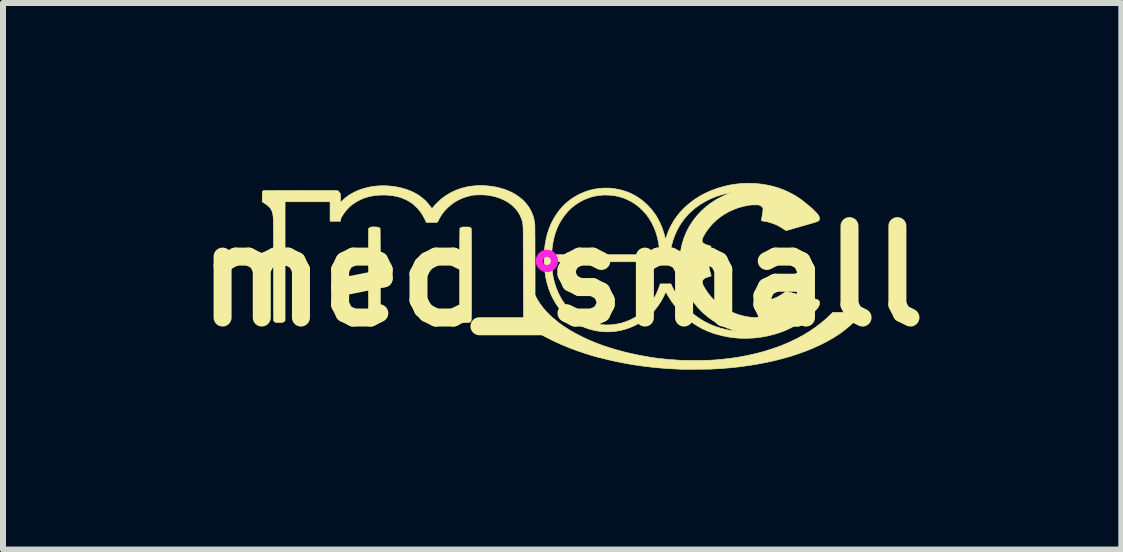
<source format=kicad_pcb>
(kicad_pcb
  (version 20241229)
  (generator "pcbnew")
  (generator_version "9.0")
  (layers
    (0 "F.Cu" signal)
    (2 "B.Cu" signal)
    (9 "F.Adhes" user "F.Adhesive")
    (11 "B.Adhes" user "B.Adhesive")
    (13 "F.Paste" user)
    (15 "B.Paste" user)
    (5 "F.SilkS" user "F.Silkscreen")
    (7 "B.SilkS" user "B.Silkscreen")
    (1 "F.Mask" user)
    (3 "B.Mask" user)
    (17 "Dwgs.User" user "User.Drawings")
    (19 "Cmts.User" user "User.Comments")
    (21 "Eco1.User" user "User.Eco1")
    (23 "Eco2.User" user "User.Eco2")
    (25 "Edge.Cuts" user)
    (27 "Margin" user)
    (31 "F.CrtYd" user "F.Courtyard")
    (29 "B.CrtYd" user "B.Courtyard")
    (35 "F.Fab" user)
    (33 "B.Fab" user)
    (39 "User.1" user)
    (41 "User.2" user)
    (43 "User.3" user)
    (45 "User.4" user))
  (footprint "mec_small"
    (layer "F.Cu")
    (at 6.321 1.554)
    (property "Reference" "mec_small" (at 0 0 0) (layer "F.SilkS") (effects (font (size 1.524 1.524) (thickness 0.3))))
    (attr through_hole)
    (fp_poly (pts (xy -3.117 -0.821) (xy -3.087 -0.819) (xy -3.065 -0.815) (xy -3.049 -0.809) (xy -3.039 -0.8) (xy -3.036 -0.796) (xy -3.035 -0.791) (xy -3.035 -0.78) (xy -3.034 -0.762) (xy -3.034 -0.737) (xy -3.033 -0.705) (xy -3.033 -0.666) (xy -3.033 -0.62) (xy -3.033 -0.567) (xy -3.032 -0.507) (xy -3.032 -0.439) (xy -3.032 -0.364) (xy -3.032 -0.282) (xy -3.032 -0.192) (xy -3.032 -0.095) (xy -3.032 -0.024) (xy -3.032 0.067) (xy -3.032 0.15) (xy -3.032 0.226) (xy -3.032 0.296) (xy -3.032 0.359) (xy -3.032 0.416) (xy -3.032 0.468) (xy -3.032 0.514) (xy -3.032 0.555) (xy -3.032 0.591) (xy -3.033 0.622) (xy -3.033 0.65) (xy -3.034 0.674) (xy -3.034 0.694) (xy -3.035 0.71) (xy -3.036 0.724) (xy -3.037 0.735) (xy -3.038 0.744) (xy -3.04 0.75) (xy -3.041 0.755) (xy -3.043 0.759) (xy -3.045 0.761) (xy -3.047 0.762) (xy -3.05 0.763) (xy -3.052 0.764) (xy -3.055 0.764) (xy -3.059 0.765) (xy -3.06 0.766) (xy -3.067 0.769) (xy -3.076 0.771) (xy -3.087 0.772) (xy -3.103 0.773) (xy -3.124 0.773) (xy -3.13 0.773) (xy -3.153 0.772) (xy -3.173 0.771) (xy -3.189 0.77) (xy -3.197 0.768) (xy -3.209 0.762) (xy -3.219 0.755) (xy -3.228 0.746) (xy -3.228 -0.792) (xy -3.217 -0.803) (xy -3.205 -0.811) (xy -3.189 -0.817) (xy -3.167 -0.821) (xy -3.14 -0.822) (xy -3.117 -0.821)) (stroke (width 0.01) (type solid)) (fill yes) (layer "F.SilkS"))
    (fp_poly (pts (xy -1.587 -0.82) (xy -1.571 -0.82) (xy -1.559 -0.819) (xy -1.55 -0.817) (xy -1.543 -0.815) (xy -1.537 -0.812) (xy -1.536 -0.812) (xy -1.525 -0.805) (xy -1.518 -0.798) (xy -1.516 -0.796) (xy -1.515 -0.791) (xy -1.515 -0.78) (xy -1.515 -0.762) (xy -1.514 -0.737) (xy -1.514 -0.705) (xy -1.513 -0.666) (xy -1.513 -0.62) (xy -1.513 -0.567) (xy -1.513 -0.507) (xy -1.512 -0.439) (xy -1.512 -0.364) (xy -1.512 -0.282) (xy -1.512 -0.192) (xy -1.512 -0.095) (xy -1.512 -0.024) (xy -1.512 0.067) (xy -1.512 0.15) (xy -1.512 0.226) (xy -1.512 0.296) (xy -1.512 0.359) (xy -1.512 0.416) (xy -1.512 0.468) (xy -1.512 0.514) (xy -1.512 0.555) (xy -1.513 0.591) (xy -1.513 0.622) (xy -1.514 0.65) (xy -1.514 0.674) (xy -1.515 0.694) (xy -1.516 0.71) (xy -1.516 0.724) (xy -1.518 0.735) (xy -1.519 0.744) (xy -1.52 0.75) (xy -1.522 0.755) (xy -1.524 0.759) (xy -1.526 0.761) (xy -1.528 0.762) (xy -1.53 0.763) (xy -1.533 0.764) (xy -1.536 0.764) (xy -1.539 0.765) (xy -1.54 0.766) (xy -1.551 0.769) (xy -1.568 0.771) (xy -1.589 0.773) (xy -1.611 0.773) (xy -1.633 0.773) (xy -1.653 0.772) (xy -1.669 0.769) (xy -1.678 0.767) (xy -1.689 0.761) (xy -1.699 0.754) (xy -1.7 0.753) (xy -1.708 0.745) (xy -1.708 -0.022) (xy -1.708 -0.124) (xy -1.708 -0.219) (xy -1.708 -0.306) (xy -1.708 -0.387) (xy -1.708 -0.459) (xy -1.708 -0.525) (xy -1.707 -0.583) (xy -1.707 -0.634) (xy -1.707 -0.678) (xy -1.706 -0.715) (xy -1.706 -0.745) (xy -1.706 -0.768) (xy -1.705 -0.784) (xy -1.705 -0.793) (xy -1.704 -0.796) (xy -1.699 -0.802) (xy -1.689 -0.809) (xy -1.684 -0.812) (xy -1.678 -0.815) (xy -1.671 -0.817) (xy -1.662 -0.819) (xy -1.651 -0.82) (xy -1.635 -0.82) (xy -1.613 -0.82) (xy -1.61 -0.82) (xy -1.587 -0.82)) (stroke (width 0.01) (type solid)) (fill yes) (layer "F.SilkS"))
    (fp_poly (pts (xy -1.275 -1.508) (xy -1.19 -1.5) (xy -1.108 -1.487) (xy -1.029 -1.468) (xy -0.955 -1.445) (xy -0.884 -1.417) (xy -0.818 -1.385) (xy -0.757 -1.348) (xy -0.7 -1.307) (xy -0.648 -1.262) (xy -0.602 -1.213) (xy -0.562 -1.161) (xy -0.528 -1.105) (xy -0.5 -1.046) (xy -0.478 -0.983) (xy -0.47 -0.95) (xy -0.466 -0.928) (xy -0.461 -0.904) (xy -0.458 -0.881) (xy -0.456 -0.87) (xy -0.456 -0.861) (xy -0.455 -0.843) (xy -0.455 -0.819) (xy -0.454 -0.787) (xy -0.454 -0.748) (xy -0.454 -0.701) (xy -0.453 -0.647) (xy -0.453 -0.586) (xy -0.453 -0.519) (xy -0.453 -0.444) (xy -0.453 -0.362) (xy -0.452 -0.273) (xy -0.452 -0.261) (xy -0.452 0.312) (xy -0.444 0.33) (xy -0.439 0.34) (xy -0.432 0.355) (xy -0.422 0.373) (xy -0.412 0.391) (xy -0.411 0.393) (xy -0.367 0.462) (xy -0.316 0.53) (xy -0.258 0.596) (xy -0.194 0.661) (xy -0.122 0.724) (xy -0.045 0.785) (xy 0.039 0.844) (xy 0.129 0.901) (xy 0.224 0.955) (xy 0.325 1.007) (xy 0.431 1.057) (xy 0.542 1.104) (xy 0.658 1.148) (xy 0.779 1.189) (xy 0.904 1.227) (xy 1.033 1.262) (xy 1.061 1.269) (xy 1.132 1.285) (xy 1.205 1.301) (xy 1.28 1.317) (xy 1.356 1.331) (xy 1.43 1.344) (xy 1.503 1.356) (xy 1.572 1.366) (xy 1.637 1.374) (xy 1.682 1.378) (xy 1.696 1.38) (xy 1.709 1.381) (xy 1.716 1.382) (xy 1.724 1.383) (xy 1.737 1.384) (xy 1.753 1.386) (xy 1.759 1.386) (xy 1.774 1.387) (xy 1.786 1.388) (xy 1.794 1.389) (xy 1.795 1.39) (xy 1.799 1.39) (xy 1.809 1.391) (xy 1.824 1.392) (xy 1.842 1.393) (xy 1.846 1.393) (xy 1.864 1.394) (xy 1.88 1.395) (xy 1.891 1.396) (xy 1.896 1.397) (xy 1.897 1.397) (xy 1.902 1.398) (xy 1.914 1.399) (xy 1.933 1.4) (xy 1.956 1.401) (xy 1.985 1.402) (xy 2.017 1.402) (xy 2.053 1.403) (xy 2.091 1.404) (xy 2.131 1.404) (xy 2.173 1.404) (xy 2.215 1.404) (xy 2.23 1.404) (xy 2.299 1.404) (xy 2.363 1.403) (xy 2.421 1.402) (xy 2.473 1.4) (xy 2.518 1.398) (xy 2.556 1.395) (xy 2.577 1.393) (xy 2.587 1.392) (xy 2.602 1.391) (xy 2.621 1.389) (xy 2.638 1.388) (xy 2.787 1.372) (xy 2.937 1.35) (xy 3.086 1.322) (xy 3.232 1.289) (xy 3.373 1.252) (xy 3.379 1.25) (xy 3.517 1.206) (xy 3.651 1.158) (xy 3.779 1.104) (xy 3.902 1.046) (xy 4.019 0.983) (xy 4.13 0.915) (xy 4.235 0.842) (xy 4.335 0.765) (xy 4.344 0.757) (xy 4.361 0.743) (xy 4.381 0.726) (xy 4.403 0.707) (xy 4.425 0.687) (xy 4.446 0.667) (xy 4.466 0.648) (xy 4.483 0.632) (xy 4.496 0.619) (xy 4.5 0.615) (xy 4.511 0.603) (xy 5.001 0.603) (xy 4.99 0.617) (xy 4.953 0.665) (xy 4.909 0.714) (xy 4.861 0.764) (xy 4.809 0.813) (xy 4.755 0.86) (xy 4.7 0.904) (xy 4.695 0.908) (xy 4.607 0.972) (xy 4.512 1.032) (xy 4.41 1.09) (xy 4.302 1.144) (xy 4.189 1.196) (xy 4.07 1.245) (xy 3.945 1.29) (xy 3.816 1.333) (xy 3.682 1.371) (xy 3.543 1.407) (xy 3.4 1.438) (xy 3.254 1.466) (xy 3.104 1.49) (xy 2.95 1.511) (xy 2.905 1.516) (xy 2.888 1.518) (xy 2.871 1.52) (xy 2.859 1.521) (xy 2.854 1.521) (xy 2.844 1.523) (xy 2.829 1.524) (xy 2.815 1.525) (xy 2.799 1.527) (xy 2.785 1.528) (xy 2.775 1.529) (xy 2.767 1.53) (xy 2.753 1.531) (xy 2.734 1.532) (xy 2.714 1.534) (xy 2.706 1.535) (xy 2.684 1.536) (xy 2.665 1.538) (xy 2.648 1.539) (xy 2.636 1.54) (xy 2.634 1.54) (xy 2.625 1.541) (xy 2.61 1.542) (xy 2.591 1.543) (xy 2.57 1.544) (xy 2.562 1.544) (xy 2.541 1.545) (xy 2.522 1.546) (xy 2.507 1.547) (xy 2.497 1.548) (xy 2.494 1.548) (xy 2.488 1.549) (xy 2.476 1.549) (xy 2.457 1.549) (xy 2.433 1.55) (xy 2.405 1.55) (xy 2.373 1.55) (xy 2.338 1.551) (xy 2.302 1.551) (xy 2.263 1.551) (xy 2.225 1.551) (xy 2.187 1.552) (xy 2.149 1.552) (xy 2.114 1.552) (xy 2.081 1.552) (xy 2.052 1.552) (xy 2.027 1.552) (xy 2.007 1.552) (xy 1.992 1.552) (xy 1.985 1.551) (xy 1.974 1.551) (xy 1.956 1.55) (xy 1.934 1.549) (xy 1.909 1.548) (xy 1.882 1.546) (xy 1.872 1.546) (xy 1.702 1.536) (xy 1.532 1.521) (xy 1.362 1.501) (xy 1.194 1.477) (xy 1.028 1.448) (xy 0.865 1.415) (xy 0.706 1.378) (xy 0.55 1.338) (xy 0.399 1.293) (xy 0.254 1.244) (xy 0.114 1.192) (xy 0.102 1.187) (xy 0.036 1.16) (xy -0.032 1.131) (xy -0.1 1.1) (xy -0.167 1.068) (xy -0.231 1.036) (xy -0.291 1.005) (xy -0.345 0.975) (xy -0.349 0.973) (xy -0.381 0.954) (xy -0.416 0.933) (xy -0.452 0.91) (xy -0.488 0.888) (xy -0.523 0.865) (xy -0.556 0.843) (xy -0.585 0.823) (xy -0.611 0.805) (xy -0.631 0.789) (xy -0.636 0.785) (xy -0.644 0.779) (xy -0.646 0.249) (xy -0.647 0.18) (xy -0.647 0.11) (xy -0.647 0.039) (xy -0.647 -0.032) (xy -0.648 -0.103) (xy -0.648 -0.172) (xy -0.648 -0.239) (xy -0.648 -0.304) (xy -0.648 -0.364) (xy -0.649 -0.42) (xy -0.649 -0.471) (xy -0.649 -0.516) (xy -0.649 -0.552) (xy -0.649 -0.609) (xy -0.649 -0.66) (xy -0.649 -0.703) (xy -0.65 -0.741) (xy -0.65 -0.774) (xy -0.651 -0.803) (xy -0.652 -0.827) (xy -0.654 -0.848) (xy -0.655 -0.866) (xy -0.658 -0.882) (xy -0.66 -0.897) (xy -0.663 -0.911) (xy -0.667 -0.924) (xy -0.671 -0.938) (xy -0.676 -0.952) (xy -0.679 -0.96) (xy -0.701 -1.013) (xy -0.729 -1.062) (xy -0.762 -1.108) (xy -0.79 -1.138) (xy -0.824 -1.172) (xy -0.857 -1.2) (xy -0.892 -1.225) (xy -0.931 -1.249) (xy -0.967 -1.268) (xy -1.022 -1.293) (xy -1.079 -1.314) (xy -1.14 -1.331) (xy -1.206 -1.345) (xy -1.218 -1.347) (xy -1.242 -1.35) (xy -1.272 -1.353) (xy -1.305 -1.355) (xy -1.341 -1.356) (xy -1.377 -1.356) (xy -1.412 -1.355) (xy -1.445 -1.354) (xy -1.473 -1.352) (xy -1.496 -1.349) (xy -1.497 -1.349) (xy -1.575 -1.331) (xy -1.648 -1.307) (xy -1.716 -1.278) (xy -1.781 -1.242) (xy -1.842 -1.2) (xy -1.899 -1.151) (xy -1.917 -1.134) (xy -1.957 -1.092) (xy -1.992 -1.049) (xy -2.023 -1.003) (xy -2.051 -0.953) (xy -2.056 -0.945) (xy -2.067 -0.923) (xy -2.076 -0.908) (xy -2.082 -0.899) (xy -2.087 -0.896) (xy -2.087 -0.896) (xy -2.092 -0.896) (xy -2.104 -0.896) (xy -2.121 -0.897) (xy -2.142 -0.897) (xy -2.166 -0.897) (xy -2.179 -0.897) (xy -2.264 -0.897) (xy -2.289 -0.949) (xy -2.323 -1.014) (xy -2.363 -1.074) (xy -2.407 -1.128) (xy -2.455 -1.176) (xy -2.508 -1.219) (xy -2.565 -1.255) (xy -2.571 -1.258) (xy -2.628 -1.286) (xy -2.686 -1.309) (xy -2.747 -1.327) (xy -2.812 -1.34) (xy -2.881 -1.349) (xy -2.955 -1.353) (xy -2.979 -1.353) (xy -3.063 -1.351) (xy -3.143 -1.342) (xy -3.22 -1.327) (xy -3.294 -1.305) (xy -3.363 -1.276) (xy -3.429 -1.241) (xy -3.491 -1.2) (xy -3.505 -1.19) (xy -3.531 -1.168) (xy -3.557 -1.143) (xy -3.582 -1.117) (xy -3.606 -1.089) (xy -3.629 -1.06) (xy -3.649 -1.032) (xy -3.667 -1.004) (xy -3.681 -0.979) (xy -3.69 -0.957) (xy -3.695 -0.939) (xy -3.695 -0.933) (xy -3.695 -0.916) (xy -3.869 -0.916) (xy -3.869 -1.241) (xy -4.619 -1.241) (xy -4.619 0.738) (xy -4.627 0.748) (xy -4.636 0.758) (xy -4.647 0.764) (xy -4.661 0.769) (xy -4.679 0.772) (xy -4.703 0.773) (xy -4.716 0.773) (xy -4.742 0.772) (xy -4.763 0.771) (xy -4.778 0.767) (xy -4.79 0.762) (xy -4.8 0.754) (xy -4.807 0.746) (xy -4.807 0.744) (xy -4.808 0.739) (xy -4.808 0.732) (xy -4.809 0.721) (xy -4.809 0.706) (xy -4.81 0.688) (xy -4.81 0.666) (xy -4.81 0.64) (xy -4.81 0.609) (xy -4.811 0.573) (xy -4.811 0.532) (xy -4.811 0.486) (xy -4.811 0.435) (xy -4.811 0.378) (xy -4.811 0.314) (xy -4.811 0.245) (xy -4.812 0.168) (xy -4.812 0.085) (xy -4.812 -0.005) (xy -4.812 -0.082) (xy -4.812 -0.177) (xy -4.812 -0.269) (xy -4.812 -0.355) (xy -4.812 -0.437) (xy -4.812 -0.514) (xy -4.812 -0.586) (xy -4.812 -0.652) (xy -4.813 -0.712) (xy -4.813 -0.767) (xy -4.813 -0.815) (xy -4.814 -0.857) (xy -4.814 -0.893) (xy -4.814 -0.921) (xy -4.815 -0.943) (xy -4.815 -0.957) (xy -4.815 -0.962) (xy -4.819 -1.003) (xy -4.825 -1.039) (xy -4.832 -1.069) (xy -4.843 -1.096) (xy -4.856 -1.12) (xy -4.873 -1.143) (xy -4.888 -1.159) (xy -4.908 -1.176) (xy -4.93 -1.194) (xy -4.955 -1.211) (xy -4.976 -1.225) (xy -5 -1.239) (xy -4.999 -1.325) (xy -4.998 -1.411) (xy -4.988 -1.419) (xy -4.977 -1.427) (xy -4.365 -1.428) (xy -4.279 -1.428) (xy -4.201 -1.428) (xy -4.129 -1.428) (xy -4.064 -1.428) (xy -4.006 -1.428) (xy -3.955 -1.428) (xy -3.909 -1.428) (xy -3.87 -1.428) (xy -3.836 -1.428) (xy -3.808 -1.427) (xy -3.785 -1.427) (xy -3.768 -1.427) (xy -3.755 -1.426) (xy -3.747 -1.426) (xy -3.743 -1.425) (xy -3.733 -1.418) (xy -3.721 -1.407) (xy -3.71 -1.393) (xy -3.702 -1.38) (xy -3.701 -1.378) (xy -3.698 -1.37) (xy -3.697 -1.358) (xy -3.696 -1.341) (xy -3.695 -1.317) (xy -3.695 -1.299) (xy -3.695 -1.278) (xy -3.695 -1.259) (xy -3.695 -1.245) (xy -3.694 -1.236) (xy -3.694 -1.233) (xy -3.691 -1.236) (xy -3.684 -1.242) (xy -3.673 -1.252) (xy -3.664 -1.261) (xy -3.608 -1.311) (xy -3.548 -1.354) (xy -3.483 -1.392) (xy -3.413 -1.425) (xy -3.338 -1.453) (xy -3.257 -1.476) (xy -3.243 -1.48) (xy -3.163 -1.495) (xy -3.082 -1.504) (xy -2.998 -1.508) (xy -2.915 -1.506) (xy -2.831 -1.499) (xy -2.749 -1.486) (xy -2.669 -1.468) (xy -2.592 -1.445) (xy -2.52 -1.417) (xy -2.451 -1.384) (xy -2.447 -1.382) (xy -2.385 -1.344) (xy -2.328 -1.302) (xy -2.277 -1.256) (xy -2.23 -1.204) (xy -2.186 -1.147) (xy -2.176 -1.132) (xy -2.173 -1.128) (xy -2.17 -1.127) (xy -2.166 -1.13) (xy -2.161 -1.136) (xy -2.151 -1.148) (xy -2.149 -1.151) (xy -2.133 -1.171) (xy -2.112 -1.195) (xy -2.087 -1.22) (xy -2.061 -1.245) (xy -2.034 -1.27) (xy -2.009 -1.292) (xy -1.986 -1.31) (xy -1.985 -1.311) (xy -1.913 -1.36) (xy -1.838 -1.402) (xy -1.76 -1.437) (xy -1.679 -1.466) (xy -1.595 -1.487) (xy -1.508 -1.502) (xy -1.418 -1.51) (xy -1.363 -1.511) (xy -1.275 -1.508)) (stroke (width 0.01) (type solid)) (fill yes) (layer "F.SilkS"))
    (fp_poly (pts (xy 3.211 -1.546) (xy 3.314 -1.536) (xy 3.415 -1.52) (xy 3.513 -1.498) (xy 3.61 -1.469) (xy 3.703 -1.434) (xy 3.792 -1.393) (xy 3.878 -1.347) (xy 3.959 -1.295) (xy 3.999 -1.266) (xy 4.013 -1.254) (xy 4.033 -1.239) (xy 4.056 -1.22) (xy 4.082 -1.198) (xy 4.111 -1.175) (xy 4.141 -1.15) (xy 4.152 -1.141) (xy 4.165 -1.129) (xy 4.181 -1.114) (xy 4.198 -1.096) (xy 4.216 -1.078) (xy 4.234 -1.059) (xy 4.25 -1.042) (xy 4.263 -1.027) (xy 4.272 -1.015) (xy 4.275 -1.01) (xy 4.286 -0.987) (xy 4.29 -0.966) (xy 4.289 -0.947) (xy 4.283 -0.935) (xy 4.274 -0.925) (xy 4.262 -0.916) (xy 4.257 -0.914) (xy 4.25 -0.911) (xy 4.236 -0.906) (xy 4.217 -0.9) (xy 4.193 -0.893) (xy 4.166 -0.884) (xy 4.135 -0.875) (xy 4.103 -0.866) (xy 4.089 -0.862) (xy 4.052 -0.851) (xy 4.012 -0.84) (xy 3.971 -0.828) (xy 3.931 -0.816) (xy 3.894 -0.806) (xy 3.861 -0.796) (xy 3.836 -0.789) (xy 3.805 -0.78) (xy 3.78 -0.773) (xy 3.761 -0.768) (xy 3.747 -0.764) (xy 3.737 -0.763) (xy 3.73 -0.762) (xy 3.726 -0.763) (xy 3.726 -0.763) (xy 3.72 -0.767) (xy 3.71 -0.774) (xy 3.696 -0.783) (xy 3.68 -0.794) (xy 3.676 -0.796) (xy 3.655 -0.81) (xy 3.631 -0.824) (xy 3.608 -0.838) (xy 3.59 -0.847) (xy 3.552 -0.864) (xy 3.51 -0.88) (xy 3.466 -0.894) (xy 3.423 -0.906) (xy 3.381 -0.914) (xy 3.354 -0.918) (xy 3.341 -0.92) (xy 3.33 -0.922) (xy 3.326 -0.924) (xy 3.324 -0.926) (xy 3.324 -0.932) (xy 3.324 -0.941) (xy 3.326 -0.955) (xy 3.329 -0.974) (xy 3.333 -1) (xy 3.336 -1.022) (xy 3.341 -1.053) (xy 3.345 -1.079) (xy 3.347 -1.098) (xy 3.348 -1.114) (xy 3.348 -1.125) (xy 3.346 -1.135) (xy 3.343 -1.142) (xy 3.339 -1.149) (xy 3.333 -1.155) (xy 3.324 -1.164) (xy 3.311 -1.172) (xy 3.299 -1.179) (xy 3.289 -1.183) (xy 3.282 -1.186) (xy 3.273 -1.188) (xy 3.263 -1.189) (xy 3.25 -1.189) (xy 3.232 -1.189) (xy 3.215 -1.189) (xy 3.181 -1.189) (xy 3.148 -1.187) (xy 3.12 -1.184) (xy 3.113 -1.183) (xy 3.024 -1.165) (xy 2.939 -1.142) (xy 2.857 -1.111) (xy 2.778 -1.075) (xy 2.704 -1.033) (xy 2.633 -0.985) (xy 2.568 -0.932) (xy 2.507 -0.874) (xy 2.452 -0.81) (xy 2.402 -0.742) (xy 2.376 -0.701) (xy 2.36 -0.672) (xy 2.347 -0.648) (xy 2.339 -0.628) (xy 2.334 -0.612) (xy 2.333 -0.598) (xy 2.334 -0.581) (xy 2.338 -0.567) (xy 2.346 -0.556) (xy 2.359 -0.545) (xy 2.377 -0.536) (xy 2.4 -0.526) (xy 2.425 -0.518) (xy 2.444 -0.512) (xy 2.46 -0.507) (xy 2.472 -0.502) (xy 2.48 -0.5) (xy 2.481 -0.499) (xy 2.48 -0.495) (xy 2.478 -0.486) (xy 2.474 -0.471) (xy 2.47 -0.454) (xy 2.469 -0.45) (xy 2.458 -0.41) (xy 2.45 -0.374) (xy 2.445 -0.339) (xy 2.442 -0.302) (xy 2.441 -0.281) (xy 2.442 -0.21) (xy 2.45 -0.14) (xy 2.465 -0.072) (xy 2.474 -0.042) (xy 2.479 -0.027) (xy 2.482 -0.014) (xy 2.483 -0.006) (xy 2.482 -0.004) (xy 2.478 -0.002) (xy 2.467 0.002) (xy 2.453 0.007) (xy 2.438 0.011) (xy 2.413 0.019) (xy 2.394 0.026) (xy 2.38 0.033) (xy 2.369 0.04) (xy 2.36 0.047) (xy 2.346 0.063) (xy 2.338 0.08) (xy 2.336 0.099) (xy 2.339 0.12) (xy 2.348 0.146) (xy 2.363 0.175) (xy 2.365 0.179) (xy 2.41 0.252) (xy 2.461 0.32) (xy 2.518 0.384) (xy 2.579 0.442) (xy 2.647 0.494) (xy 2.719 0.542) (xy 2.785 0.578) (xy 2.863 0.613) (xy 2.942 0.642) (xy 3.023 0.664) (xy 3.108 0.68) (xy 3.161 0.686) (xy 3.198 0.689) (xy 3.228 0.689) (xy 3.253 0.686) (xy 3.273 0.68) (xy 3.29 0.671) (xy 3.303 0.658) (xy 3.312 0.643) (xy 3.314 0.638) (xy 3.316 0.633) (xy 3.318 0.626) (xy 3.319 0.617) (xy 3.32 0.605) (xy 3.321 0.588) (xy 3.321 0.566) (xy 3.322 0.538) (xy 3.322 0.524) (xy 3.324 0.421) (xy 3.372 0.412) (xy 3.429 0.401) (xy 3.482 0.388) (xy 3.531 0.371) (xy 3.578 0.351) (xy 3.624 0.327) (xy 3.671 0.297) (xy 3.721 0.262) (xy 3.731 0.255) (xy 3.735 0.255) (xy 3.747 0.258) (xy 3.764 0.261) (xy 3.788 0.267) (xy 3.816 0.274) (xy 3.85 0.283) (xy 3.888 0.292) (xy 3.931 0.303) (xy 3.946 0.307) (xy 4 0.321) (xy 4.048 0.334) (xy 4.089 0.345) (xy 4.124 0.354) (xy 4.154 0.362) (xy 4.178 0.369) (xy 4.199 0.374) (xy 4.216 0.379) (xy 4.229 0.383) (xy 4.239 0.386) (xy 4.247 0.388) (xy 4.253 0.391) (xy 4.257 0.392) (xy 4.261 0.394) (xy 4.262 0.395) (xy 4.278 0.408) (xy 4.288 0.425) (xy 4.291 0.445) (xy 4.289 0.468) (xy 4.28 0.492) (xy 4.266 0.519) (xy 4.253 0.535) (xy 4.236 0.556) (xy 4.213 0.58) (xy 4.187 0.605) (xy 4.158 0.632) (xy 4.128 0.658) (xy 4.098 0.682) (xy 4.096 0.684) (xy 4.081 0.695) (xy 4.061 0.709) (xy 4.037 0.726) (xy 4.01 0.743) (xy 3.983 0.762) (xy 3.956 0.779) (xy 3.93 0.795) (xy 3.908 0.809) (xy 3.903 0.812) (xy 3.813 0.861) (xy 3.719 0.905) (xy 3.622 0.942) (xy 3.52 0.973) (xy 3.416 0.998) (xy 3.31 1.017) (xy 3.202 1.03) (xy 3.093 1.035) (xy 2.983 1.035) (xy 2.943 1.033) (xy 2.845 1.024) (xy 2.745 1.009) (xy 2.646 0.987) (xy 2.55 0.961) (xy 2.515 0.95) (xy 2.422 0.915) (xy 2.333 0.874) (xy 2.248 0.826) (xy 2.166 0.772) (xy 2.087 0.71) (xy 2.013 0.643) (xy 1.942 0.568) (xy 1.875 0.488) (xy 1.852 0.458) (xy 1.828 0.425) (xy 1.804 0.389) (xy 1.78 0.352) (xy 1.759 0.317) (xy 1.742 0.288) (xy 1.735 0.276) (xy 1.73 0.268) (xy 1.727 0.264) (xy 1.727 0.264) (xy 1.724 0.267) (xy 1.72 0.276) (xy 1.716 0.286) (xy 1.711 0.297) (xy 1.703 0.313) (xy 1.694 0.332) (xy 1.684 0.352) (xy 1.681 0.359) (xy 1.638 0.436) (xy 1.589 0.507) (xy 1.535 0.574) (xy 1.477 0.636) (xy 1.413 0.692) (xy 1.346 0.743) (xy 1.275 0.788) (xy 1.2 0.827) (xy 1.123 0.86) (xy 1.043 0.887) (xy 0.96 0.907) (xy 0.876 0.921) (xy 0.791 0.927) (xy 0.704 0.926) (xy 0.649 0.922) (xy 0.561 0.909) (xy 0.475 0.889) (xy 0.392 0.862) (xy 0.313 0.829) (xy 0.236 0.788) (xy 0.185 0.756) (xy 0.116 0.706) (xy 0.052 0.65) (xy -0.007 0.589) (xy -0.06 0.522) (xy -0.109 0.451) (xy -0.152 0.375) (xy -0.191 0.295) (xy -0.223 0.21) (xy -0.25 0.122) (xy -0.272 0.03) (xy -0.287 -0.066) (xy -0.297 -0.164) (xy -0.3 -0.241) (xy -0.177 -0.241) (xy -0.177 -0.227) (xy -0.177 -0.211) (xy -0.175 -0.188) (xy -0.173 -0.162) (xy -0.171 -0.134) (xy -0.168 -0.105) (xy -0.165 -0.078) (xy -0.162 -0.055) (xy -0.146 0.034) (xy -0.124 0.121) (xy -0.096 0.204) (xy -0.062 0.284) (xy -0.024 0.359) (xy 0.02 0.429) (xy 0.039 0.454) (xy 0.057 0.478) (xy 0.08 0.504) (xy 0.106 0.532) (xy 0.134 0.56) (xy 0.161 0.586) (xy 0.187 0.61) (xy 0.211 0.63) (xy 0.217 0.634) (xy 0.284 0.679) (xy 0.354 0.718) (xy 0.426 0.75) (xy 0.501 0.776) (xy 0.578 0.795) (xy 0.655 0.808) (xy 0.733 0.813) (xy 0.81 0.811) (xy 0.81 0.811) (xy 0.894 0.801) (xy 0.976 0.785) (xy 1.054 0.761) (xy 1.129 0.731) (xy 1.201 0.695) (xy 1.268 0.652) (xy 1.332 0.603) (xy 1.391 0.548) (xy 1.446 0.488) (xy 1.496 0.422) (xy 1.54 0.35) (xy 1.557 0.32) (xy 1.579 0.274) (xy 1.6 0.225) (xy 1.619 0.176) (xy 1.624 0.161) (xy 1.634 0.128) (xy 1.813 0.128) (xy 1.823 0.153) (xy 1.836 0.18) (xy 1.853 0.213) (xy 1.873 0.248) (xy 1.895 0.285) (xy 1.919 0.323) (xy 1.943 0.361) (xy 1.968 0.396) (xy 1.992 0.429) (xy 2.008 0.45) (xy 2.071 0.523) (xy 2.139 0.59) (xy 2.212 0.651) (xy 2.29 0.706) (xy 2.372 0.756) (xy 2.458 0.799) (xy 2.548 0.836) (xy 2.642 0.867) (xy 2.739 0.891) (xy 2.799 0.903) (xy 2.831 0.908) (xy 2.857 0.912) (xy 2.875 0.915) (xy 2.886 0.916) (xy 2.891 0.915) (xy 2.889 0.913) (xy 2.881 0.91) (xy 2.866 0.905) (xy 2.856 0.902) (xy 2.761 0.868) (xy 2.67 0.829) (xy 2.584 0.784) (xy 2.503 0.733) (xy 2.425 0.676) (xy 2.352 0.614) (xy 2.325 0.588) (xy 2.26 0.52) (xy 2.2 0.447) (xy 2.147 0.371) (xy 2.1 0.291) (xy 2.06 0.208) (xy 2.026 0.123) (xy 2 0.036) (xy 1.98 -0.053) (xy 1.969 -0.137) (xy 1.967 -0.162) (xy 1.966 -0.191) (xy 1.965 -0.224) (xy 1.965 -0.259) (xy 1.965 -0.293) (xy 1.966 -0.324) (xy 1.967 -0.351) (xy 1.968 -0.363) (xy 1.981 -0.454) (xy 2.001 -0.544) (xy 2.028 -0.631) (xy 2.062 -0.716) (xy 2.102 -0.798) (xy 2.149 -0.877) (xy 2.202 -0.953) (xy 2.261 -1.024) (xy 2.326 -1.092) (xy 2.397 -1.156) (xy 2.473 -1.215) (xy 2.542 -1.261) (xy 2.568 -1.277) (xy 2.6 -1.294) (xy 2.634 -1.312) (xy 2.67 -1.33) (xy 2.706 -1.347) (xy 2.739 -1.362) (xy 2.769 -1.374) (xy 2.776 -1.377) (xy 2.793 -1.383) (xy 2.806 -1.388) (xy 2.815 -1.392) (xy 2.819 -1.394) (xy 2.819 -1.394) (xy 2.815 -1.394) (xy 2.804 -1.392) (xy 2.789 -1.39) (xy 2.77 -1.385) (xy 2.749 -1.381) (xy 2.726 -1.375) (xy 2.704 -1.37) (xy 2.682 -1.364) (xy 2.664 -1.359) (xy 2.656 -1.357) (xy 2.561 -1.326) (xy 2.47 -1.289) (xy 2.384 -1.245) (xy 2.302 -1.196) (xy 2.224 -1.141) (xy 2.186 -1.11) (xy 2.121 -1.051) (xy 2.061 -0.987) (xy 2.007 -0.917) (xy 1.958 -0.843) (xy 1.915 -0.765) (xy 1.878 -0.683) (xy 1.847 -0.597) (xy 1.822 -0.507) (xy 1.806 -0.428) (xy 1.803 -0.405) (xy 1.799 -0.378) (xy 1.795 -0.351) (xy 1.792 -0.323) (xy 1.79 -0.298) (xy 1.788 -0.277) (xy 1.787 -0.261) (xy 1.787 -0.259) (xy 1.787 -0.241) (xy -0.177 -0.241) (xy -0.3 -0.241) (xy -0.301 -0.266) (xy -0.299 -0.358) (xy -0.177 -0.358) (xy 1.627 -0.358) (xy 1.626 -0.384) (xy 1.618 -0.478) (xy 1.605 -0.568) (xy 1.585 -0.655) (xy 1.56 -0.739) (xy 1.529 -0.817) (xy 1.492 -0.892) (xy 1.451 -0.962) (xy 1.404 -1.027) (xy 1.351 -1.087) (xy 1.294 -1.142) (xy 1.232 -1.192) (xy 1.165 -1.236) (xy 1.16 -1.238) (xy 1.09 -1.275) (xy 1.019 -1.305) (xy 0.945 -1.327) (xy 0.87 -1.343) (xy 0.792 -1.351) (xy 0.711 -1.353) (xy 0.699 -1.353) (xy 0.621 -1.347) (xy 0.546 -1.335) (xy 0.474 -1.317) (xy 0.403 -1.291) (xy 0.351 -1.269) (xy 0.281 -1.231) (xy 0.216 -1.187) (xy 0.154 -1.138) (xy 0.098 -1.082) (xy 0.045 -1.021) (xy -0.002 -0.955) (xy -0.044 -0.885) (xy -0.08 -0.81) (xy -0.085 -0.797) (xy -0.112 -0.726) (xy -0.134 -0.652) (xy -0.151 -0.575) (xy -0.164 -0.493) (xy -0.173 -0.405) (xy -0.175 -0.386) (xy -0.177 -0.358) (xy -0.299 -0.358) (xy -0.299 -0.369) (xy -0.297 -0.398) (xy -0.295 -0.429) (xy -0.292 -0.458) (xy -0.29 -0.485) (xy -0.287 -0.506) (xy -0.287 -0.511) (xy -0.27 -0.609) (xy -0.248 -0.702) (xy -0.219 -0.791) (xy -0.185 -0.875) (xy -0.144 -0.954) (xy -0.098 -1.029) (xy -0.046 -1.1) (xy 0.012 -1.165) (xy 0.026 -1.18) (xy 0.081 -1.231) (xy 0.137 -1.276) (xy 0.196 -1.316) (xy 0.26 -1.352) (xy 0.288 -1.367) (xy 0.368 -1.402) (xy 0.449 -1.43) (xy 0.532 -1.45) (xy 0.617 -1.463) (xy 0.702 -1.469) (xy 0.788 -1.468) (xy 0.874 -1.459) (xy 0.959 -1.443) (xy 1.006 -1.431) (xy 1.085 -1.405) (xy 1.162 -1.372) (xy 1.235 -1.332) (xy 1.304 -1.286) (xy 1.37 -1.234) (xy 1.432 -1.176) (xy 1.49 -1.112) (xy 1.542 -1.043) (xy 1.563 -1.013) (xy 1.597 -0.955) (xy 1.629 -0.892) (xy 1.659 -0.824) (xy 1.684 -0.754) (xy 1.705 -0.683) (xy 1.711 -0.662) (xy 1.715 -0.645) (xy 1.719 -0.632) (xy 1.722 -0.622) (xy 1.723 -0.618) (xy 1.723 -0.618) (xy 1.725 -0.622) (xy 1.729 -0.631) (xy 1.734 -0.646) (xy 1.74 -0.664) (xy 1.745 -0.68) (xy 1.776 -0.764) (xy 1.815 -0.845) (xy 1.86 -0.923) (xy 1.911 -0.998) (xy 1.969 -1.069) (xy 2.034 -1.136) (xy 2.104 -1.2) (xy 2.181 -1.26) (xy 2.223 -1.29) (xy 2.307 -1.342) (xy 2.395 -1.388) (xy 2.489 -1.429) (xy 2.586 -1.465) (xy 2.686 -1.494) (xy 2.788 -1.518) (xy 2.893 -1.535) (xy 2.999 -1.546) (xy 3.003 -1.546) (xy 3.108 -1.549) (xy 3.211 -1.546)) (stroke (width 0.01) (type solid)) (fill yes) (layer "F.SilkS"))
    (fp_circle (center -0.254 -0.254) (end -0.127 -0.254) (stroke (width 0.12) (type solid)) (fill no) (layer "F.CrtYd")))
  (gr_rect
    (start -3 -3)
    (end 15.642 6.111)
    (stroke (width 0.1) (type default))
    (fill no)
    (layer "Edge.Cuts")))
</source>
